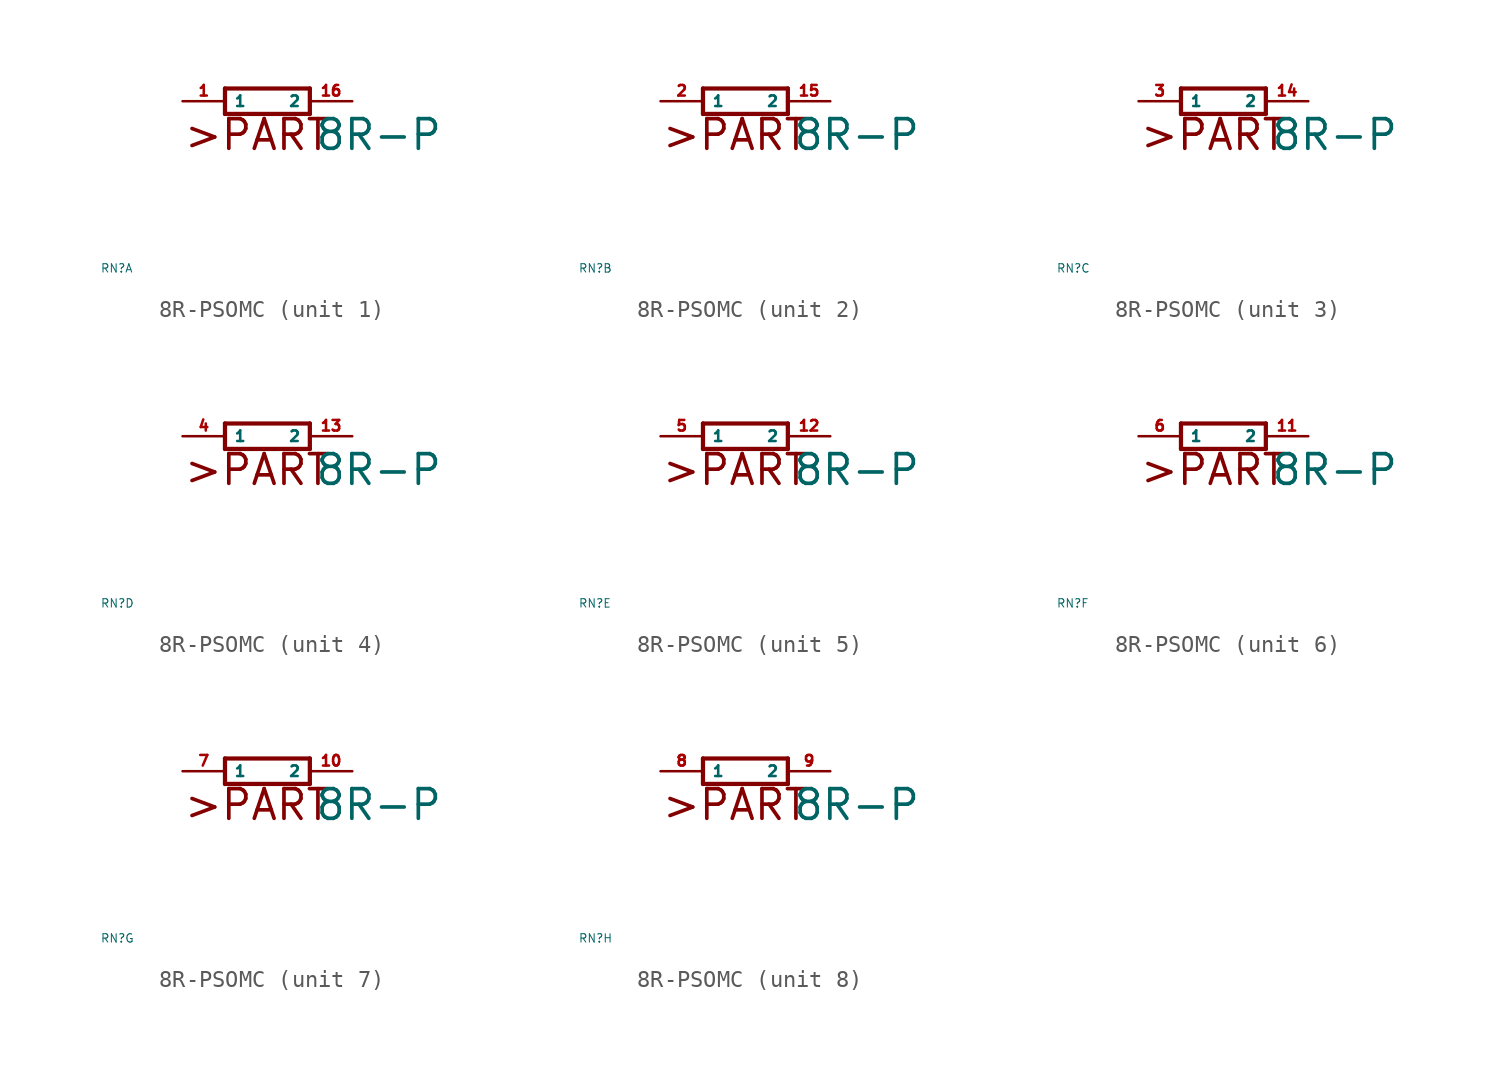
<source format=kicad_sym>
(kicad_symbol_lib
  (version 20220914)
  (generator Eagle2Kicad)
  (symbol "8R-PSOMC"
    (property "Reference" "RN"
      (at -10 -10 0)
      (effects (font (size 0.5 0.5) (thickness 0.06)) (justify left)))
    (property "Value" "8R-P"
      (at 2.794 -3.048 0)
      (effects (font (size 1.778 1.778) (thickness 0.22)) (justify left bottom)))
    (symbol "8R-PSOMC_1_0"
      (polyline (pts (xy -2.54 -0.762) (xy 2.54 -0.762)) (stroke (width 0.254) (type default)) (fill (type none)))
      (polyline (pts (xy 2.54 0.762) (xy -2.54 0.762)) (stroke (width 0.254) (type default)) (fill (type none)))
      (polyline (pts (xy 2.54 -0.762) (xy 2.54 0.762)) (stroke (width 0.254) (type default)) (fill (type none)))
      (polyline (pts (xy -2.54 0.762) (xy -2.54 -0.762)) (stroke (width 0.254) (type default)) (fill (type none)))
      (text ">PART" (at -5.08 -3.048 0) (effects (font (size 1.778 1.778) (thickness 0.22)) (justify left bottom)))
      (pin passive line (at -5.08 0 0) (length 2.54) (name "1" (effects (font (size 0.635 0.635) (thickness 0.08)) (justify left bottom))) (number "1" (effects (font (size 0.635 0.635) (thickness 0.08)) (justify left bottom))))
      (pin passive line (at 5.08 0 180) (length 2.54) (name "2" (effects (font (size 0.635 0.635) (thickness 0.08)) (justify left bottom))) (number "16" (effects (font (size 0.635 0.635) (thickness 0.08)) (justify left bottom)))))
    (symbol "8R-PSOMC_2_0"
      (polyline (pts (xy -2.54 -0.762) (xy 2.54 -0.762)) (stroke (width 0.254) (type default)) (fill (type none)))
      (polyline (pts (xy 2.54 0.762) (xy -2.54 0.762)) (stroke (width 0.254) (type default)) (fill (type none)))
      (polyline (pts (xy 2.54 -0.762) (xy 2.54 0.762)) (stroke (width 0.254) (type default)) (fill (type none)))
      (polyline (pts (xy -2.54 0.762) (xy -2.54 -0.762)) (stroke (width 0.254) (type default)) (fill (type none)))
      (text ">PART" (at -5.08 -3.048 0) (effects (font (size 1.778 1.778) (thickness 0.22)) (justify left bottom)))
      (pin passive line (at -5.08 0 0) (length 2.54) (name "1" (effects (font (size 0.635 0.635) (thickness 0.08)) (justify left bottom))) (number "2" (effects (font (size 0.635 0.635) (thickness 0.08)) (justify left bottom))))
      (pin passive line (at 5.08 0 180) (length 2.54) (name "2" (effects (font (size 0.635 0.635) (thickness 0.08)) (justify left bottom))) (number "15" (effects (font (size 0.635 0.635) (thickness 0.08)) (justify left bottom)))))
    (symbol "8R-PSOMC_3_0"
      (polyline (pts (xy -2.54 -0.762) (xy 2.54 -0.762)) (stroke (width 0.254) (type default)) (fill (type none)))
      (polyline (pts (xy 2.54 0.762) (xy -2.54 0.762)) (stroke (width 0.254) (type default)) (fill (type none)))
      (polyline (pts (xy 2.54 -0.762) (xy 2.54 0.762)) (stroke (width 0.254) (type default)) (fill (type none)))
      (polyline (pts (xy -2.54 0.762) (xy -2.54 -0.762)) (stroke (width 0.254) (type default)) (fill (type none)))
      (text ">PART" (at -5.08 -3.048 0) (effects (font (size 1.778 1.778) (thickness 0.22)) (justify left bottom)))
      (pin passive line (at -5.08 0 0) (length 2.54) (name "1" (effects (font (size 0.635 0.635) (thickness 0.08)) (justify left bottom))) (number "3" (effects (font (size 0.635 0.635) (thickness 0.08)) (justify left bottom))))
      (pin passive line (at 5.08 0 180) (length 2.54) (name "2" (effects (font (size 0.635 0.635) (thickness 0.08)) (justify left bottom))) (number "14" (effects (font (size 0.635 0.635) (thickness 0.08)) (justify left bottom)))))
    (symbol "8R-PSOMC_4_0"
      (polyline (pts (xy -2.54 -0.762) (xy 2.54 -0.762)) (stroke (width 0.254) (type default)) (fill (type none)))
      (polyline (pts (xy 2.54 0.762) (xy -2.54 0.762)) (stroke (width 0.254) (type default)) (fill (type none)))
      (polyline (pts (xy 2.54 -0.762) (xy 2.54 0.762)) (stroke (width 0.254) (type default)) (fill (type none)))
      (polyline (pts (xy -2.54 0.762) (xy -2.54 -0.762)) (stroke (width 0.254) (type default)) (fill (type none)))
      (text ">PART" (at -5.08 -3.048 0) (effects (font (size 1.778 1.778) (thickness 0.22)) (justify left bottom)))
      (pin passive line (at -5.08 0 0) (length 2.54) (name "1" (effects (font (size 0.635 0.635) (thickness 0.08)) (justify left bottom))) (number "4" (effects (font (size 0.635 0.635) (thickness 0.08)) (justify left bottom))))
      (pin passive line (at 5.08 0 180) (length 2.54) (name "2" (effects (font (size 0.635 0.635) (thickness 0.08)) (justify left bottom))) (number "13" (effects (font (size 0.635 0.635) (thickness 0.08)) (justify left bottom)))))
    (symbol "8R-PSOMC_5_0"
      (polyline (pts (xy -2.54 -0.762) (xy 2.54 -0.762)) (stroke (width 0.254) (type default)) (fill (type none)))
      (polyline (pts (xy 2.54 0.762) (xy -2.54 0.762)) (stroke (width 0.254) (type default)) (fill (type none)))
      (polyline (pts (xy 2.54 -0.762) (xy 2.54 0.762)) (stroke (width 0.254) (type default)) (fill (type none)))
      (polyline (pts (xy -2.54 0.762) (xy -2.54 -0.762)) (stroke (width 0.254) (type default)) (fill (type none)))
      (text ">PART" (at -5.08 -3.048 0) (effects (font (size 1.778 1.778) (thickness 0.22)) (justify left bottom)))
      (pin passive line (at -5.08 0 0) (length 2.54) (name "1" (effects (font (size 0.635 0.635) (thickness 0.08)) (justify left bottom))) (number "5" (effects (font (size 0.635 0.635) (thickness 0.08)) (justify left bottom))))
      (pin passive line (at 5.08 0 180) (length 2.54) (name "2" (effects (font (size 0.635 0.635) (thickness 0.08)) (justify left bottom))) (number "12" (effects (font (size 0.635 0.635) (thickness 0.08)) (justify left bottom)))))
    (symbol "8R-PSOMC_6_0"
      (polyline (pts (xy -2.54 -0.762) (xy 2.54 -0.762)) (stroke (width 0.254) (type default)) (fill (type none)))
      (polyline (pts (xy 2.54 0.762) (xy -2.54 0.762)) (stroke (width 0.254) (type default)) (fill (type none)))
      (polyline (pts (xy 2.54 -0.762) (xy 2.54 0.762)) (stroke (width 0.254) (type default)) (fill (type none)))
      (polyline (pts (xy -2.54 0.762) (xy -2.54 -0.762)) (stroke (width 0.254) (type default)) (fill (type none)))
      (text ">PART" (at -5.08 -3.048 0) (effects (font (size 1.778 1.778) (thickness 0.22)) (justify left bottom)))
      (pin passive line (at -5.08 0 0) (length 2.54) (name "1" (effects (font (size 0.635 0.635) (thickness 0.08)) (justify left bottom))) (number "6" (effects (font (size 0.635 0.635) (thickness 0.08)) (justify left bottom))))
      (pin passive line (at 5.08 0 180) (length 2.54) (name "2" (effects (font (size 0.635 0.635) (thickness 0.08)) (justify left bottom))) (number "11" (effects (font (size 0.635 0.635) (thickness 0.08)) (justify left bottom)))))
    (symbol "8R-PSOMC_7_0"
      (polyline (pts (xy -2.54 -0.762) (xy 2.54 -0.762)) (stroke (width 0.254) (type default)) (fill (type none)))
      (polyline (pts (xy 2.54 0.762) (xy -2.54 0.762)) (stroke (width 0.254) (type default)) (fill (type none)))
      (polyline (pts (xy 2.54 -0.762) (xy 2.54 0.762)) (stroke (width 0.254) (type default)) (fill (type none)))
      (polyline (pts (xy -2.54 0.762) (xy -2.54 -0.762)) (stroke (width 0.254) (type default)) (fill (type none)))
      (text ">PART" (at -5.08 -3.048 0) (effects (font (size 1.778 1.778) (thickness 0.22)) (justify left bottom)))
      (pin passive line (at -5.08 0 0) (length 2.54) (name "1" (effects (font (size 0.635 0.635) (thickness 0.08)) (justify left bottom))) (number "7" (effects (font (size 0.635 0.635) (thickness 0.08)) (justify left bottom))))
      (pin passive line (at 5.08 0 180) (length 2.54) (name "2" (effects (font (size 0.635 0.635) (thickness 0.08)) (justify left bottom))) (number "10" (effects (font (size 0.635 0.635) (thickness 0.08)) (justify left bottom)))))
    (symbol "8R-PSOMC_8_0"
      (polyline (pts (xy -2.54 -0.762) (xy 2.54 -0.762)) (stroke (width 0.254) (type default)) (fill (type none)))
      (polyline (pts (xy 2.54 0.762) (xy -2.54 0.762)) (stroke (width 0.254) (type default)) (fill (type none)))
      (polyline (pts (xy 2.54 -0.762) (xy 2.54 0.762)) (stroke (width 0.254) (type default)) (fill (type none)))
      (polyline (pts (xy -2.54 0.762) (xy -2.54 -0.762)) (stroke (width 0.254) (type default)) (fill (type none)))
      (text ">PART" (at -5.08 -3.048 0) (effects (font (size 1.778 1.778) (thickness 0.22)) (justify left bottom)))
      (pin passive line (at -5.08 0 0) (length 2.54) (name "1" (effects (font (size 0.635 0.635) (thickness 0.08)) (justify left bottom))) (number "8" (effects (font (size 0.635 0.635) (thickness 0.08)) (justify left bottom))))
      (pin passive line (at 5.08 0 180) (length 2.54) (name "2" (effects (font (size 0.635 0.635) (thickness 0.08)) (justify left bottom))) (number "9" (effects (font (size 0.635 0.635) (thickness 0.08)) (justify left bottom)))))))
</source>
